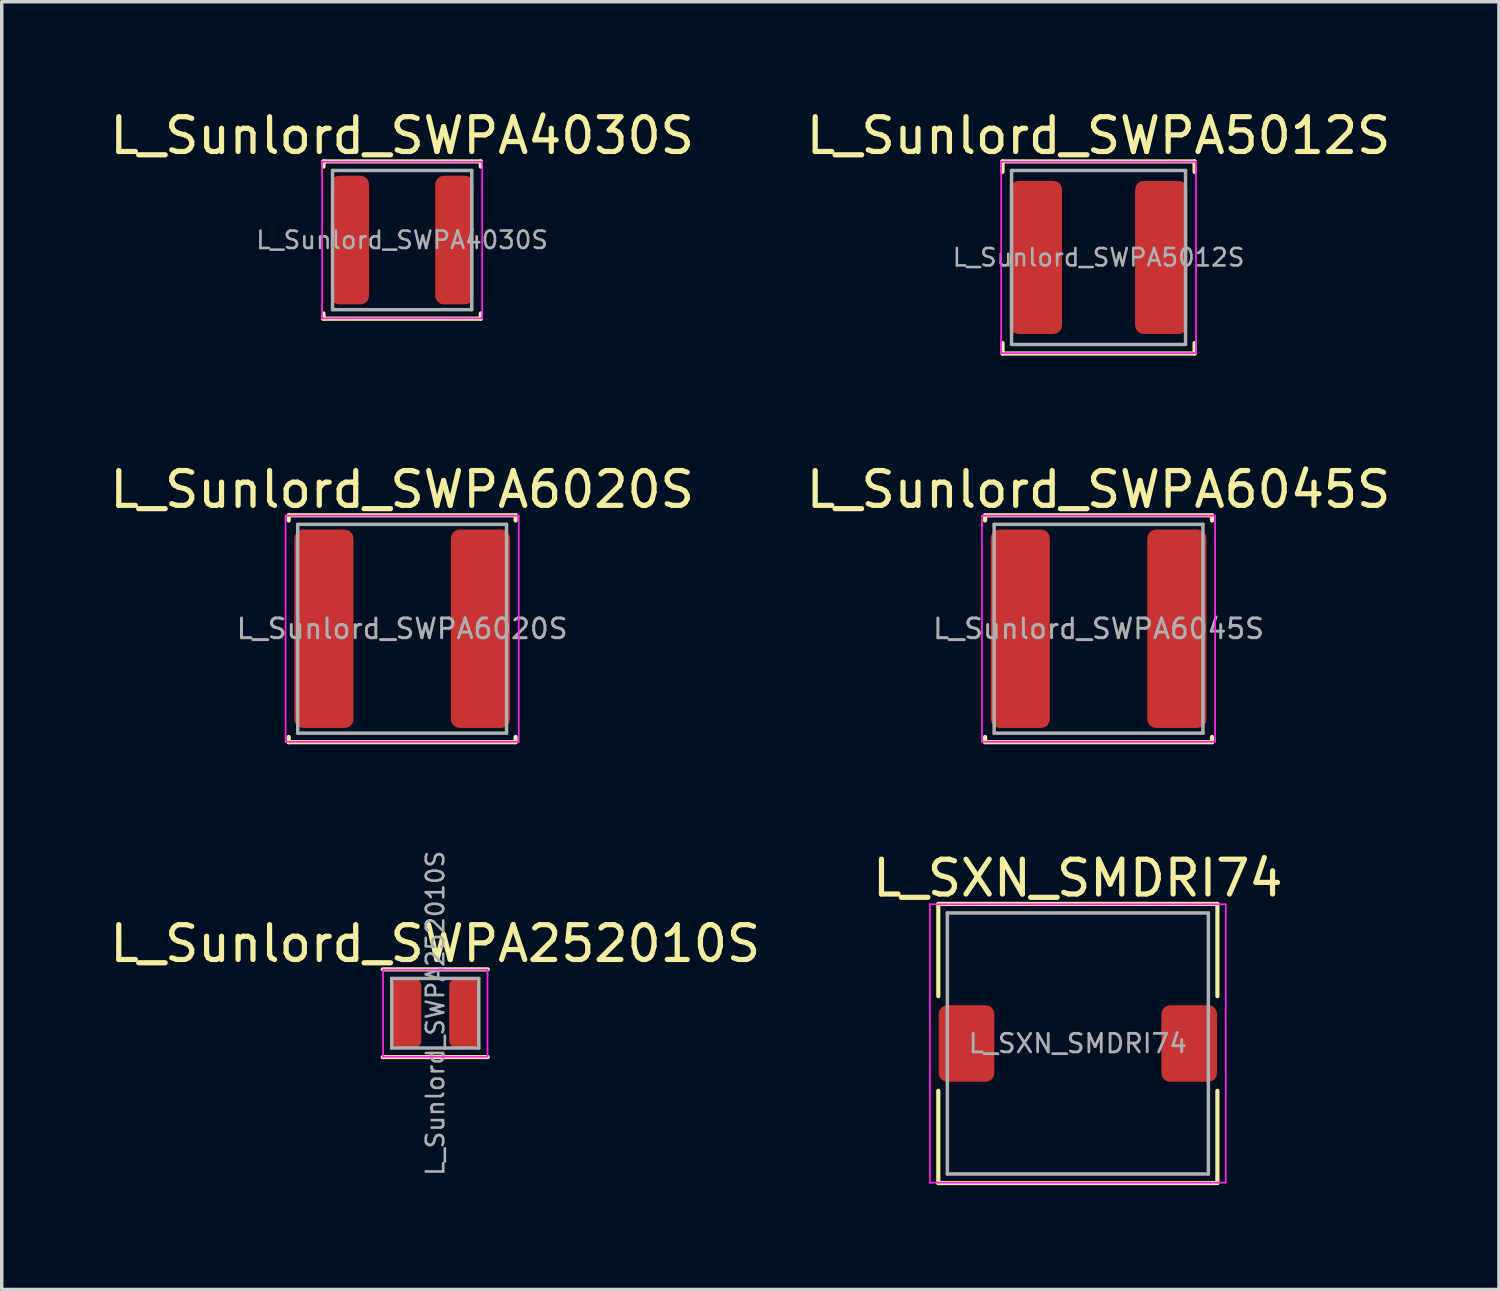
<source format=kicad_pcb>
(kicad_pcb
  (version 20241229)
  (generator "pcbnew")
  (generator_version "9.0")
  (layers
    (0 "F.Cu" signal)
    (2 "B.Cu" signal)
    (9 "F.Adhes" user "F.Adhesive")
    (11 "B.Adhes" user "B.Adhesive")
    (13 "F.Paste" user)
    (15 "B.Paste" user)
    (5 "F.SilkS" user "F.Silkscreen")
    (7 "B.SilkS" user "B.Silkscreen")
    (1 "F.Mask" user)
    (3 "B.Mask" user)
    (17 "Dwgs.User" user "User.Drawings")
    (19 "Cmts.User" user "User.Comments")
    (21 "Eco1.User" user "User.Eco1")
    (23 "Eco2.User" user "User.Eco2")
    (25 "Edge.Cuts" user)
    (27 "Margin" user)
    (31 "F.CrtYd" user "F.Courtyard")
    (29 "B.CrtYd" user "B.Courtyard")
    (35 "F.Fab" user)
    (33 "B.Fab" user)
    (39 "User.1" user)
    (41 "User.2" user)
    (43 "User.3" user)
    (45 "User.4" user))
  (footprint "L_Sunlord_SWPA252010S"
    (layer "F.Cu")
    (at 9.458 26.066)
    (property "Reference" "L_Sunlord_SWPA252010S" (at 0 -2 0) (layer "F.SilkS") (effects (font (size 1 1) (thickness 0.15))))
    (attr smd)
    (fp_line (start -1.51 -1.26) (end 1.51 -1.26) (stroke (width 0.12) (type solid)) (layer "F.SilkS"))
    (fp_line (start -1.51 1.26) (end 1.51 1.26) (stroke (width 0.12) (type solid)) (layer "F.SilkS"))
    (fp_line (start -1.5 -1.25) (end -1.5 1.25) (stroke (width 0.05) (type solid)) (layer "F.CrtYd"))
    (fp_line (start -1.5 1.25) (end 1.5 1.25) (stroke (width 0.05) (type solid)) (layer "F.CrtYd"))
    (fp_line (start 1.5 -1.25) (end -1.5 -1.25) (stroke (width 0.05) (type solid)) (layer "F.CrtYd"))
    (fp_line (start 1.5 1.25) (end 1.5 -1.25) (stroke (width 0.05) (type solid)) (layer "F.CrtYd"))
    (fp_line (start -1.25 -1) (end -1.25 1) (stroke (width 0.1) (type solid)) (layer "F.Fab"))
    (fp_line (start -1.25 1) (end 1.25 1) (stroke (width 0.1) (type solid)) (layer "F.Fab"))
    (fp_line (start 1.25 -1) (end -1.25 -1) (stroke (width 0.1) (type solid)) (layer "F.Fab"))
    (fp_line (start 1.25 1) (end 1.25 -1) (stroke (width 0.1) (type solid)) (layer "F.Fab"))
    (fp_text user "${REFERENCE}" (at 0 0 90) (layer "F.Fab") (effects (font (size 0.5 0.5) (thickness 0.075))))
    (pad "1" smd roundrect (at -0.825 0) (size 0.85 2) (layers "F.Cu" "F.Mask" "F.Paste") (roundrect_rratio 0.25))
    (pad "2" smd roundrect (at 0.825 0) (size 0.85 2) (layers "F.Cu" "F.Mask" "F.Paste") (roundrect_rratio 0.25)))
  (footprint "L_Sunlord_SWPA4030S"
    (layer "F.Cu")
    (at 8.506 3.848)
    (property "Reference" "L_Sunlord_SWPA4030S" (at 0 -3 0) (layer "F.SilkS") (effects (font (size 1 1) (thickness 0.15))))
    (attr smd)
    (fp_line (start -2.26 -2.26) (end -2.26 -2.11) (stroke (width 0.12) (type solid)) (layer "F.SilkS"))
    (fp_line (start -2.26 -2.26) (end 2.26 -2.26) (stroke (width 0.12) (type solid)) (layer "F.SilkS"))
    (fp_line (start -2.26 2.26) (end -2.26 2.11) (stroke (width 0.12) (type solid)) (layer "F.SilkS"))
    (fp_line (start -2.26 2.26) (end 2.26 2.26) (stroke (width 0.12) (type solid)) (layer "F.SilkS"))
    (fp_line (start 2.26 -2.26) (end 2.26 -2.11) (stroke (width 0.12) (type solid)) (layer "F.SilkS"))
    (fp_line (start 2.26 2.26) (end 2.26 2.11) (stroke (width 0.12) (type solid)) (layer "F.SilkS"))
    (fp_line (start -2.3 -2.25) (end -2.3 2.25) (stroke (width 0.05) (type solid)) (layer "F.CrtYd"))
    (fp_line (start -2.3 2.25) (end 2.3 2.25) (stroke (width 0.05) (type solid)) (layer "F.CrtYd"))
    (fp_line (start 2.3 -2.25) (end -2.3 -2.25) (stroke (width 0.05) (type solid)) (layer "F.CrtYd"))
    (fp_line (start 2.3 2.25) (end 2.3 -2.25) (stroke (width 0.05) (type solid)) (layer "F.CrtYd"))
    (fp_line (start -2 -2) (end -2 2) (stroke (width 0.1) (type solid)) (layer "F.Fab"))
    (fp_line (start -2 2) (end 2 2) (stroke (width 0.1) (type solid)) (layer "F.Fab"))
    (fp_line (start 2 -2) (end -2 -2) (stroke (width 0.1) (type solid)) (layer "F.Fab"))
    (fp_line (start 2 2) (end 2 -2) (stroke (width 0.1) (type solid)) (layer "F.Fab"))
    (fp_text user "${REFERENCE}" (at 0 0 0) (layer "F.Fab") (effects (font (size 0.5 0.5) (thickness 0.075))))
    (pad "1" smd roundrect (at -1.5 0) (size 1.1 3.7) (layers "F.Cu" "F.Mask" "F.Paste") (roundrect_rratio 0.227))
    (pad "2" smd roundrect (at 1.5 0) (size 1.1 3.7) (layers "F.Cu" "F.Mask" "F.Paste") (roundrect_rratio 0.227)))
  (footprint "L_Sunlord_SWPA5012S"
    (layer "F.Cu")
    (at 28.518 4.348)
    (property "Reference" "L_Sunlord_SWPA5012S" (at 0 -3.5 0) (layer "F.SilkS") (effects (font (size 1 1) (thickness 0.15))))
    (attr smd)
    (fp_line (start -2.76 -2.76) (end -2.76 -2.46) (stroke (width 0.12) (type solid)) (layer "F.SilkS"))
    (fp_line (start -2.76 -2.76) (end 2.76 -2.76) (stroke (width 0.12) (type solid)) (layer "F.SilkS"))
    (fp_line (start -2.76 2.76) (end -2.76 2.46) (stroke (width 0.12) (type solid)) (layer "F.SilkS"))
    (fp_line (start -2.76 2.76) (end 2.76 2.76) (stroke (width 0.12) (type solid)) (layer "F.SilkS"))
    (fp_line (start 2.76 -2.76) (end 2.76 -2.46) (stroke (width 0.12) (type solid)) (layer "F.SilkS"))
    (fp_line (start 2.76 2.76) (end 2.76 2.46) (stroke (width 0.12) (type solid)) (layer "F.SilkS"))
    (fp_line (start -2.8 -2.75) (end -2.8 2.75) (stroke (width 0.05) (type solid)) (layer "F.CrtYd"))
    (fp_line (start -2.8 2.75) (end 2.8 2.75) (stroke (width 0.05) (type solid)) (layer "F.CrtYd"))
    (fp_line (start 2.8 -2.75) (end -2.8 -2.75) (stroke (width 0.05) (type solid)) (layer "F.CrtYd"))
    (fp_line (start 2.8 2.75) (end 2.8 -2.75) (stroke (width 0.05) (type solid)) (layer "F.CrtYd"))
    (fp_line (start -2.5 -2.5) (end -2.5 2.5) (stroke (width 0.1) (type solid)) (layer "F.Fab"))
    (fp_line (start -2.5 2.5) (end 2.5 2.5) (stroke (width 0.1) (type solid)) (layer "F.Fab"))
    (fp_line (start 2.5 -2.5) (end -2.5 -2.5) (stroke (width 0.1) (type solid)) (layer "F.Fab"))
    (fp_line (start 2.5 2.5) (end 2.5 -2.5) (stroke (width 0.1) (type solid)) (layer "F.Fab"))
    (fp_text user "${REFERENCE}" (at 0 0 0) (layer "F.Fab") (effects (font (size 0.5 0.5) (thickness 0.075))))
    (pad "1" smd roundrect (at -1.8 0) (size 1.5 4.4) (layers "F.Cu" "F.Mask" "F.Paste") (roundrect_rratio 0.167))
    (pad "2" smd roundrect (at 1.8 0) (size 1.5 4.4) (layers "F.Cu" "F.Mask" "F.Paste") (roundrect_rratio 0.167)))
  (footprint "L_Sunlord_SWPA6045S"
    (layer "F.Cu")
    (at 28.518 15.017)
    (property "Reference" "L_Sunlord_SWPA6045S" (at 0 -4 0) (layer "F.SilkS") (effects (font (size 1 1) (thickness 0.15))))
    (attr smd)
    (fp_line (start -3.26 -3.26) (end -3.26 -3.11) (stroke (width 0.12) (type solid)) (layer "F.SilkS"))
    (fp_line (start -3.26 -3.26) (end 3.26 -3.26) (stroke (width 0.12) (type solid)) (layer "F.SilkS"))
    (fp_line (start -3.26 3.26) (end -3.26 3.11) (stroke (width 0.12) (type solid)) (layer "F.SilkS"))
    (fp_line (start -3.26 3.26) (end 3.26 3.26) (stroke (width 0.12) (type solid)) (layer "F.SilkS"))
    (fp_line (start 3.26 -3.26) (end 3.26 -3.11) (stroke (width 0.12) (type solid)) (layer "F.SilkS"))
    (fp_line (start 3.26 3.26) (end 3.26 3.11) (stroke (width 0.12) (type solid)) (layer "F.SilkS"))
    (fp_line (start -3.35 -3.25) (end -3.35 3.25) (stroke (width 0.05) (type solid)) (layer "F.CrtYd"))
    (fp_line (start -3.35 3.25) (end 3.35 3.25) (stroke (width 0.05) (type solid)) (layer "F.CrtYd"))
    (fp_line (start 3.35 -3.25) (end -3.35 -3.25) (stroke (width 0.05) (type solid)) (layer "F.CrtYd"))
    (fp_line (start 3.35 3.25) (end 3.35 -3.25) (stroke (width 0.05) (type solid)) (layer "F.CrtYd"))
    (fp_line (start -3 -3) (end -3 3) (stroke (width 0.1) (type solid)) (layer "F.Fab"))
    (fp_line (start -3 3) (end 3 3) (stroke (width 0.1) (type solid)) (layer "F.Fab"))
    (fp_line (start 3 -3) (end -3 -3) (stroke (width 0.1) (type solid)) (layer "F.Fab"))
    (fp_line (start 3 3) (end 3 -3) (stroke (width 0.1) (type solid)) (layer "F.Fab"))
    (fp_text user "${REFERENCE}" (at 0 0 0) (layer "F.Fab") (effects (font (size 0.567 0.567) (thickness 0.085))))
    (pad "1" smd roundrect (at -2.25 0) (size 1.7 5.7) (layers "F.Cu" "F.Mask" "F.Paste") (roundrect_rratio 0.147))
    (pad "2" smd roundrect (at 2.25 0) (size 1.7 5.7) (layers "F.Cu" "F.Mask" "F.Paste") (roundrect_rratio 0.147)))
  (footprint "L_SXN_SMDRI74"
    (layer "F.Cu")
    (at 27.923 26.935)
    (property "Reference" "L_SXN_SMDRI74" (at 0 -4.75 0) (layer "F.SilkS") (effects (font (size 1 1) (thickness 0.15))))
    (attr smd)
    (fp_line (start -4.01 -4.01) (end -4.01 -1.36) (stroke (width 0.12) (type solid)) (layer "F.SilkS"))
    (fp_line (start -4.01 -4.01) (end 4.01 -4.01) (stroke (width 0.12) (type solid)) (layer "F.SilkS"))
    (fp_line (start -4.01 4.01) (end -4.01 1.36) (stroke (width 0.12) (type solid)) (layer "F.SilkS"))
    (fp_line (start -4.01 4.01) (end 4.01 4.01) (stroke (width 0.12) (type solid)) (layer "F.SilkS"))
    (fp_line (start 4.01 -4.01) (end 4.01 -1.36) (stroke (width 0.12) (type solid)) (layer "F.SilkS"))
    (fp_line (start 4.01 4.01) (end 4.01 1.36) (stroke (width 0.12) (type solid)) (layer "F.SilkS"))
    (fp_line (start -4.25 -4) (end -4.25 4) (stroke (width 0.05) (type solid)) (layer "F.CrtYd"))
    (fp_line (start -4.25 4) (end 4.25 4) (stroke (width 0.05) (type solid)) (layer "F.CrtYd"))
    (fp_line (start 4.25 -4) (end -4.25 -4) (stroke (width 0.05) (type solid)) (layer "F.CrtYd"))
    (fp_line (start 4.25 4) (end 4.25 -4) (stroke (width 0.05) (type solid)) (layer "F.CrtYd"))
    (fp_line (start -3.75 -3.75) (end -3.75 3.75) (stroke (width 0.1) (type solid)) (layer "F.Fab"))
    (fp_line (start -3.75 3.75) (end 3.75 3.75) (stroke (width 0.1) (type solid)) (layer "F.Fab"))
    (fp_line (start 3.75 -3.75) (end -3.75 -3.75) (stroke (width 0.1) (type solid)) (layer "F.Fab"))
    (fp_line (start 3.75 3.75) (end 3.75 -3.75) (stroke (width 0.1) (type solid)) (layer "F.Fab"))
    (fp_text user "${REFERENCE}" (at 0 0 0) (layer "F.Fab") (effects (font (size 0.533 0.533) (thickness 0.08))))
    (pad "1" smd roundrect (at -3.2 0) (size 1.6 2.2) (layers "F.Cu" "F.Mask" "F.Paste") (roundrect_rratio 0.156))
    (pad "2" smd roundrect (at 3.2 0) (size 1.6 2.2) (layers "F.Cu" "F.Mask" "F.Paste") (roundrect_rratio 0.156)))
  (footprint "L_Sunlord_SWPA6020S"
    (layer "F.Cu")
    (at 8.506 15.017)
    (property "Reference" "L_Sunlord_SWPA6020S" (at 0 -4 0) (layer "F.SilkS") (effects (font (size 1 1) (thickness 0.15))))
    (attr smd)
    (fp_line (start -3.26 -3.26) (end -3.26 -3.11) (stroke (width 0.12) (type solid)) (layer "F.SilkS"))
    (fp_line (start -3.26 -3.26) (end 3.26 -3.26) (stroke (width 0.12) (type solid)) (layer "F.SilkS"))
    (fp_line (start -3.26 3.26) (end -3.26 3.11) (stroke (width 0.12) (type solid)) (layer "F.SilkS"))
    (fp_line (start -3.26 3.26) (end 3.26 3.26) (stroke (width 0.12) (type solid)) (layer "F.SilkS"))
    (fp_line (start 3.26 -3.26) (end 3.26 -3.11) (stroke (width 0.12) (type solid)) (layer "F.SilkS"))
    (fp_line (start 3.26 3.26) (end 3.26 3.11) (stroke (width 0.12) (type solid)) (layer "F.SilkS"))
    (fp_line (start -3.35 -3.25) (end -3.35 3.25) (stroke (width 0.05) (type solid)) (layer "F.CrtYd"))
    (fp_line (start -3.35 3.25) (end 3.35 3.25) (stroke (width 0.05) (type solid)) (layer "F.CrtYd"))
    (fp_line (start 3.35 -3.25) (end -3.35 -3.25) (stroke (width 0.05) (type solid)) (layer "F.CrtYd"))
    (fp_line (start 3.35 3.25) (end 3.35 -3.25) (stroke (width 0.05) (type solid)) (layer "F.CrtYd"))
    (fp_line (start -3 -3) (end -3 3) (stroke (width 0.1) (type solid)) (layer "F.Fab"))
    (fp_line (start -3 3) (end 3 3) (stroke (width 0.1) (type solid)) (layer "F.Fab"))
    (fp_line (start 3 -3) (end -3 -3) (stroke (width 0.1) (type solid)) (layer "F.Fab"))
    (fp_line (start 3 3) (end 3 -3) (stroke (width 0.1) (type solid)) (layer "F.Fab"))
    (fp_text user "${REFERENCE}" (at 0 0 0) (layer "F.Fab") (effects (font (size 0.567 0.567) (thickness 0.085))))
    (pad "1" smd roundrect (at -2.25 0) (size 1.7 5.7) (layers "F.Cu" "F.Mask" "F.Paste") (roundrect_rratio 0.147))
    (pad "2" smd roundrect (at 2.25 0) (size 1.7 5.7) (layers "F.Cu" "F.Mask" "F.Paste") (roundrect_rratio 0.147)))
  (gr_rect
    (start -3 -3)
    (end 40.024 34.005)
    (stroke (width 0.1) (type default))
    (fill no)
    (layer "Edge.Cuts")))
</source>
